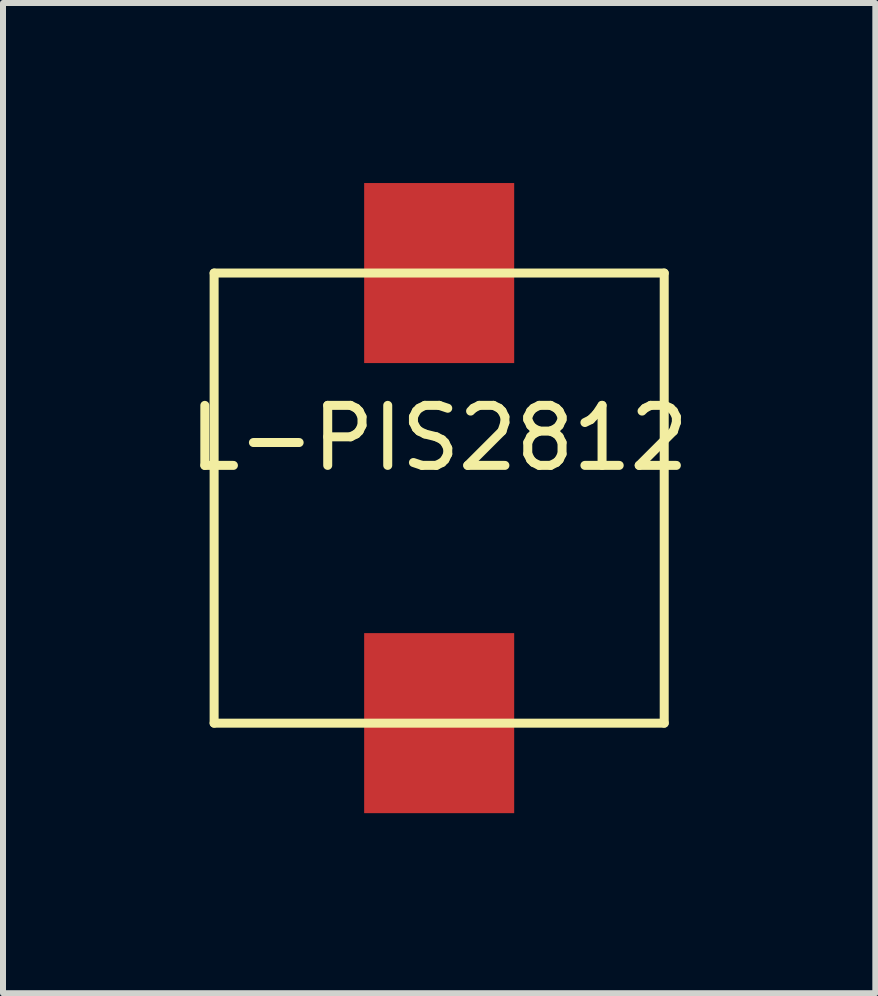
<source format=kicad_pcb>
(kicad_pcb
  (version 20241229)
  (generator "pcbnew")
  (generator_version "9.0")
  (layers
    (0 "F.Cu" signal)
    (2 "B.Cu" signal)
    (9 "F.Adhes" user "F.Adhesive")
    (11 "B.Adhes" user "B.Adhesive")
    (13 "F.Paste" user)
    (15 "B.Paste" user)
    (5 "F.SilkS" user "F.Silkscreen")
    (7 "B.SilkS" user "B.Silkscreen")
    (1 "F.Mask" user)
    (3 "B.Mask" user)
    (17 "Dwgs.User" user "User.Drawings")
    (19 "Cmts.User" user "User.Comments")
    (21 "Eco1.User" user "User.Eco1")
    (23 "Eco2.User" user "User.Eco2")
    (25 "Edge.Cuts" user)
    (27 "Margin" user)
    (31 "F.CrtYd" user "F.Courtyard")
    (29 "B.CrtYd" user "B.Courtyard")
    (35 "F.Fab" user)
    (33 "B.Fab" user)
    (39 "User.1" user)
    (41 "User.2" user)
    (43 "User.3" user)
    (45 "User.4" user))
  (footprint "L-PIS2812"
    (layer "F.Cu")
    (at 4.268 5.25)
    (property "Reference" "L-PIS2812" (at 0 -1 0) (layer "F.SilkS") (effects (font (size 1 1) (thickness 0.15))))
    (attr through_hole)
    (fp_line (start -3.75 -3.75) (end -3.75 3.75) (stroke (width 0.15) (type solid)) (layer "F.SilkS"))
    (fp_line (start -3.75 3.75) (end 3.75 3.75) (stroke (width 0.15) (type solid)) (layer "F.SilkS"))
    (fp_line (start 3.75 -3.75) (end -3.75 -3.75) (stroke (width 0.15) (type solid)) (layer "F.SilkS"))
    (fp_line (start 3.75 3.75) (end 3.75 -3.75) (stroke (width 0.15) (type solid)) (layer "F.SilkS"))
    (pad "1" smd rect (at 0 -3.75) (size 2.5 3) (layers "F.Cu" "F.Mask" "F.Paste"))
    (pad "2" smd rect (at 0 3.75) (size 2.5 3) (layers "F.Cu" "F.Mask" "F.Paste")))
  (gr_rect
    (start -3 -3)
    (end 11.536 13.5)
    (stroke (width 0.1) (type default))
    (fill no)
    (layer "Edge.Cuts")))
</source>
